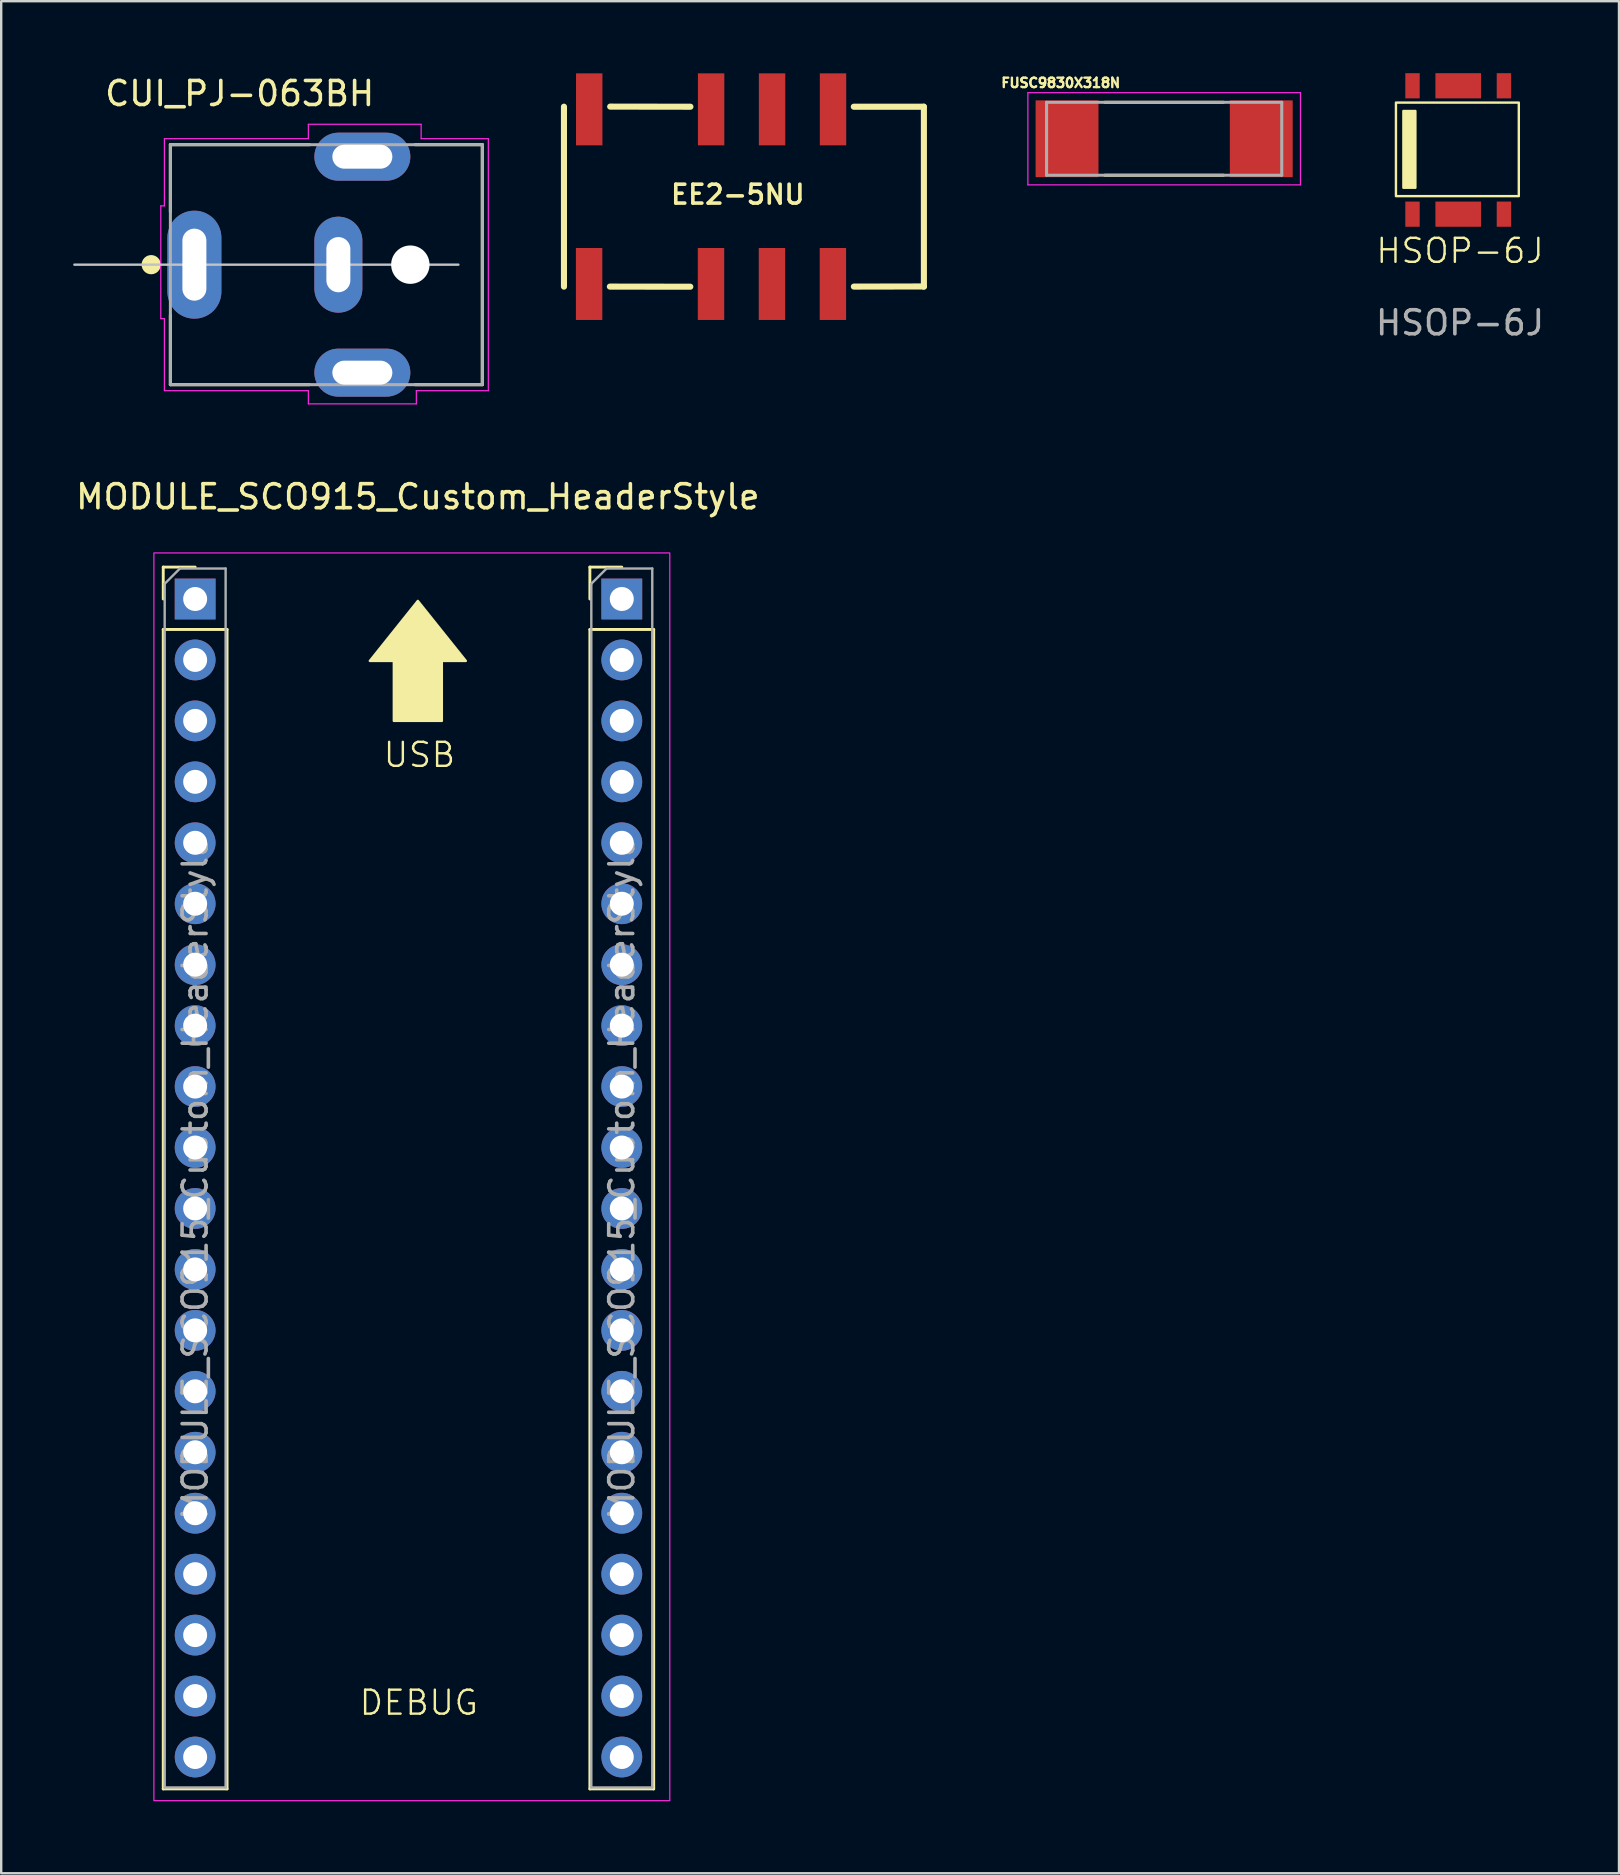
<source format=kicad_pcb>
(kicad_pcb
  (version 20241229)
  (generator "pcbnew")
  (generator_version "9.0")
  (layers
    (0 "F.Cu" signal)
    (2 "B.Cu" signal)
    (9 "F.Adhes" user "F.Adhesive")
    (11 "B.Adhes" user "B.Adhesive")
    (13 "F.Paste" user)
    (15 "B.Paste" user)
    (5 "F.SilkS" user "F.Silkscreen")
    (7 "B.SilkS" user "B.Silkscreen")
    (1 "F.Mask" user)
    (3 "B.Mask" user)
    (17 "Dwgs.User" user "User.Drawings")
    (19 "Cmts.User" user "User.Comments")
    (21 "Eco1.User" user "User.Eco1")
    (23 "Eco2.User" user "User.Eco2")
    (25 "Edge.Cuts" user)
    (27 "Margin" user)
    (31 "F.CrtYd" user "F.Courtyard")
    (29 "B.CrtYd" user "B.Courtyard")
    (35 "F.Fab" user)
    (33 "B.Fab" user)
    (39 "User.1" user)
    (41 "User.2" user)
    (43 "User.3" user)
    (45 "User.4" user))
  (footprint "HSOP-6J"
    (layer "F.Cu")
    (at 57.746 3.225)
    (property "Reference" "HSOP-6J" (at 0.05 4.179 0) (unlocked yes) (layer "F.SilkS") (effects (font (size 1 1) (thickness 0.1))))
    (attr smd)
    (fp_rect (start -2.62 -2) (end 2.5 1.9) (stroke (width 0.1) (type default)) (fill no) (layer "F.SilkS"))
    (fp_rect (start -2.31 -1.65) (end -1.81 1.55) (stroke (width 0.1) (type solid)) (fill yes) (layer "F.SilkS"))
    (fp_text user "${REFERENCE}" (at 0.05 7.179 0) (unlocked yes) (layer "F.Fab") (effects (font (size 1 1) (thickness 0.15))))
    (pad "1" smd rect (at -1.93 2.65) (size 0.6 1.05) (layers "F.Cu" "F.Mask" "F.Paste"))
    (pad "2" smd rect (at -0.025 2.65) (size 1.9 1.05) (layers "F.Cu" "F.Mask" "F.Paste"))
    (pad "3" smd rect (at 1.88 2.65) (size 0.6 1.05) (layers "F.Cu" "F.Mask" "F.Paste"))
    (pad "4" smd rect (at 1.88 -2.7) (size 0.6 1.05) (layers "F.Cu" "F.Mask" "F.Paste"))
    (pad "5" smd rect (at -0.025 -2.7) (size 1.9 1.05) (layers "F.Cu" "F.Mask" "F.Paste"))
    (pad "6" smd rect (at -1.93 -2.7) (size 0.6 1.05) (layers "F.Cu" "F.Mask" "F.Paste")))
  (footprint "FUSC9830X318N"
    (layer "F.Cu")
    (at 45.466 2.733)
    (property "Reference" "FUSC9830X318N" (at -4.31 -2.33 0) (layer "F.SilkS") (effects (font (size 0.394 0.394) (thickness 0.15))))
    (attr smd)
    (fp_line (start -2.47 -1.52) (end 2.47 -1.52) (stroke (width 0.127) (type solid)) (layer "F.SilkS"))
    (fp_line (start -2.47 1.52) (end 2.47 1.52) (stroke (width 0.127) (type solid)) (layer "F.SilkS"))
    (fp_line (start -5.68 -1.92) (end 5.68 -1.92) (stroke (width 0.05) (type solid)) (layer "F.CrtYd"))
    (fp_line (start -5.68 1.92) (end -5.68 -1.92) (stroke (width 0.05) (type solid)) (layer "F.CrtYd"))
    (fp_line (start -5.68 1.92) (end 5.68 1.92) (stroke (width 0.05) (type solid)) (layer "F.CrtYd"))
    (fp_line (start 5.68 1.92) (end 5.68 -1.92) (stroke (width 0.05) (type solid)) (layer "F.CrtYd"))
    (fp_line (start -4.9 1.52) (end -4.9 -1.52) (stroke (width 0.127) (type solid)) (layer "F.Fab"))
    (fp_line (start 4.9 -1.52) (end -4.9 -1.52) (stroke (width 0.127) (type solid)) (layer "F.Fab"))
    (fp_line (start 4.9 1.52) (end -4.9 1.52) (stroke (width 0.127) (type solid)) (layer "F.Fab"))
    (fp_line (start 4.9 1.52) (end 4.9 -1.52) (stroke (width 0.127) (type solid)) (layer "F.Fab"))
    (pad "1" smd rect (at -4.047 0) (size 2.62 3.2) (layers "F.Cu" "F.Mask" "F.Paste"))
    (pad "2" smd rect (at 4.047 0) (size 2.62 3.2) (layers "F.Cu" "F.Mask" "F.Paste")))
  (footprint "MODULE_SCO915_Custom_HeaderStyle"
    (layer "F.Cu")
    (at 4.23 21.054)
    (property "Reference" "MODULE_SCO915_Custom_HeaderStyle" (at 10.133 -3.401 0) (layer "F.SilkS") (effects (font (size 1 1) (thickness 0.15))))
    (attr through_hole)
    (fp_line (start -0.477 -0.471) (end 0.853 -0.471) (stroke (width 0.12) (type solid)) (layer "F.SilkS"))
    (fp_line (start -0.477 0.859) (end -0.477 -0.471) (stroke (width 0.12) (type solid)) (layer "F.SilkS"))
    (fp_line (start -0.477 2.129) (end -0.477 50.449) (stroke (width 0.12) (type solid)) (layer "F.SilkS"))
    (fp_line (start -0.477 2.129) (end 2.183 2.129) (stroke (width 0.12) (type solid)) (layer "F.SilkS"))
    (fp_line (start -0.477 50.449) (end 2.183 50.449) (stroke (width 0.12) (type solid)) (layer "F.SilkS"))
    (fp_line (start 2.183 2.129) (end 2.183 50.449) (stroke (width 0.12) (type solid)) (layer "F.SilkS"))
    (fp_line (start 17.303 -0.471) (end 18.633 -0.471) (stroke (width 0.12) (type solid)) (layer "F.SilkS"))
    (fp_line (start 17.303 0.859) (end 17.303 -0.471) (stroke (width 0.12) (type solid)) (layer "F.SilkS"))
    (fp_line (start 17.303 2.129) (end 17.303 50.449) (stroke (width 0.12) (type solid)) (layer "F.SilkS"))
    (fp_line (start 17.303 2.129) (end 19.963 2.129) (stroke (width 0.12) (type solid)) (layer "F.SilkS"))
    (fp_line (start 17.303 50.449) (end 19.963 50.449) (stroke (width 0.12) (type solid)) (layer "F.SilkS"))
    (fp_line (start 19.963 2.129) (end 19.963 50.449) (stroke (width 0.12) (type solid)) (layer "F.SilkS"))
    (fp_poly (pts (xy 8.133 3.439) (xy 10.133 0.939) (xy 12.133 3.439) (xy 11.133 3.439) (xy 11.133 5.939) (xy 9.133 5.939) (xy 9.133 3.439)) (stroke (width 0.1) (type solid)) (fill yes) (layer "F.SilkS"))
    (fp_rect (start -0.867 -1.061) (end 20.633 50.939) (stroke (width 0.05) (type default)) (fill no) (layer "F.CrtYd"))
    (fp_line (start -0.417 0.224) (end 0.218 -0.411) (stroke (width 0.1) (type solid)) (layer "F.Fab"))
    (fp_line (start -0.417 50.389) (end -0.417 0.224) (stroke (width 0.1) (type solid)) (layer "F.Fab"))
    (fp_line (start 0.218 -0.411) (end 2.123 -0.411) (stroke (width 0.1) (type solid)) (layer "F.Fab"))
    (fp_line (start 2.123 -0.411) (end 2.123 50.389) (stroke (width 0.1) (type solid)) (layer "F.Fab"))
    (fp_line (start 2.123 50.389) (end -0.417 50.389) (stroke (width 0.1) (type solid)) (layer "F.Fab"))
    (fp_line (start 17.363 0.224) (end 17.998 -0.411) (stroke (width 0.1) (type solid)) (layer "F.Fab"))
    (fp_line (start 17.363 50.389) (end 17.363 0.224) (stroke (width 0.1) (type solid)) (layer "F.Fab"))
    (fp_line (start 17.998 -0.411) (end 19.903 -0.411) (stroke (width 0.1) (type solid)) (layer "F.Fab"))
    (fp_line (start 19.903 -0.411) (end 19.903 50.389) (stroke (width 0.1) (type solid)) (layer "F.Fab"))
    (fp_line (start 19.903 50.389) (end 17.363 50.389) (stroke (width 0.1) (type solid)) (layer "F.Fab"))
    (fp_text user "DEBUG" (at 7.633 47.439 0) (unlocked yes) (layer "F.SilkS") (effects (font (size 1 1) (thickness 0.1)) (justify left bottom)))
    (fp_text user "USB" (at 8.633 7.939 0) (unlocked yes) (layer "F.SilkS") (effects (font (size 1 1) (thickness 0.1)) (justify left bottom)))
    (fp_text user "${REFERENCE}" (at 18.633 24.989 90) (layer "F.Fab") (effects (font (size 1 1) (thickness 0.15))))
    (fp_text user "${REFERENCE}" (at 0.853 24.989 90) (layer "F.Fab") (effects (font (size 1 1) (thickness 0.15))))
    (pad "1" thru_hole rect (at 0.853 0.859) (size 1.7 1.7) (drill 1) (layers "*.Cu" "*.Mask"))
    (pad "2" thru_hole oval (at 0.853 3.399) (size 1.7 1.7) (drill 1) (layers "*.Cu" "*.Mask"))
    (pad "3" thru_hole oval (at 0.853 5.939) (size 1.7 1.7) (drill 1) (layers "*.Cu" "*.Mask"))
    (pad "4" thru_hole oval (at 0.853 8.479) (size 1.7 1.7) (drill 1) (layers "*.Cu" "*.Mask"))
    (pad "5" thru_hole oval (at 0.853 11.019) (size 1.7 1.7) (drill 1) (layers "*.Cu" "*.Mask"))
    (pad "6" thru_hole oval (at 0.853 13.559) (size 1.7 1.7) (drill 1) (layers "*.Cu" "*.Mask"))
    (pad "7" thru_hole oval (at 0.853 16.099) (size 1.7 1.7) (drill 1) (layers "*.Cu" "*.Mask"))
    (pad "8" thru_hole oval (at 0.853 18.639) (size 1.7 1.7) (drill 1) (layers "*.Cu" "*.Mask"))
    (pad "9" thru_hole oval (at 0.853 21.179) (size 1.7 1.7) (drill 1) (layers "*.Cu" "*.Mask"))
    (pad "10" thru_hole oval (at 0.853 23.719) (size 1.7 1.7) (drill 1) (layers "*.Cu" "*.Mask"))
    (pad "11" thru_hole oval (at 0.853 26.259) (size 1.7 1.7) (drill 1) (layers "*.Cu" "*.Mask"))
    (pad "12" thru_hole oval (at 0.853 28.799) (size 1.7 1.7) (drill 1) (layers "*.Cu" "*.Mask"))
    (pad "13" thru_hole oval (at 0.853 31.339) (size 1.7 1.7) (drill 1) (layers "*.Cu" "*.Mask"))
    (pad "14" thru_hole oval (at 0.853 33.879) (size 1.7 1.7) (drill 1) (layers "*.Cu" "*.Mask"))
    (pad "15" thru_hole oval (at 0.853 36.419) (size 1.7 1.7) (drill 1) (layers "*.Cu" "*.Mask"))
    (pad "16" thru_hole oval (at 0.853 38.959) (size 1.7 1.7) (drill 1) (layers "*.Cu" "*.Mask"))
    (pad "17" thru_hole oval (at 0.853 41.499) (size 1.7 1.7) (drill 1) (layers "*.Cu" "*.Mask"))
    (pad "18" thru_hole oval (at 0.853 44.039) (size 1.7 1.7) (drill 1) (layers "*.Cu" "*.Mask"))
    (pad "19" thru_hole oval (at 0.853 46.579) (size 1.7 1.7) (drill 1) (layers "*.Cu" "*.Mask"))
    (pad "20" thru_hole oval (at 0.853 49.119) (size 1.7 1.7) (drill 1) (layers "*.Cu" "*.Mask"))
    (pad "21" thru_hole oval (at 18.633 49.119) (size 1.7 1.7) (drill 1) (layers "*.Cu" "*.Mask"))
    (pad "22" thru_hole oval (at 18.633 46.579) (size 1.7 1.7) (drill 1) (layers "*.Cu" "*.Mask"))
    (pad "23" thru_hole oval (at 18.633 44.039) (size 1.7 1.7) (drill 1) (layers "*.Cu" "*.Mask"))
    (pad "24" thru_hole oval (at 18.633 41.499) (size 1.7 1.7) (drill 1) (layers "*.Cu" "*.Mask"))
    (pad "25" thru_hole oval (at 18.633 38.959) (size 1.7 1.7) (drill 1) (layers "*.Cu" "*.Mask"))
    (pad "26" thru_hole oval (at 18.633 36.419) (size 1.7 1.7) (drill 1) (layers "*.Cu" "*.Mask"))
    (pad "27" thru_hole oval (at 18.633 33.879) (size 1.7 1.7) (drill 1) (layers "*.Cu" "*.Mask"))
    (pad "28" thru_hole oval (at 18.633 31.339) (size 1.7 1.7) (drill 1) (layers "*.Cu" "*.Mask"))
    (pad "29" thru_hole oval (at 18.633 28.799) (size 1.7 1.7) (drill 1) (layers "*.Cu" "*.Mask"))
    (pad "30" thru_hole oval (at 18.633 26.259) (size 1.7 1.7) (drill 1) (layers "*.Cu" "*.Mask"))
    (pad "31" thru_hole oval (at 18.633 23.719) (size 1.7 1.7) (drill 1) (layers "*.Cu" "*.Mask"))
    (pad "32" thru_hole oval (at 18.633 21.179) (size 1.7 1.7) (drill 1) (layers "*.Cu" "*.Mask"))
    (pad "33" thru_hole oval (at 18.633 18.639) (size 1.7 1.7) (drill 1) (layers "*.Cu" "*.Mask"))
    (pad "34" thru_hole oval (at 18.633 16.099) (size 1.7 1.7) (drill 1) (layers "*.Cu" "*.Mask"))
    (pad "35" thru_hole oval (at 18.633 13.559) (size 1.7 1.7) (drill 1) (layers "*.Cu" "*.Mask"))
    (pad "36" thru_hole oval (at 18.633 11.019) (size 1.7 1.7) (drill 1) (layers "*.Cu" "*.Mask"))
    (pad "37" thru_hole oval (at 18.633 8.479) (size 1.7 1.7) (drill 1) (layers "*.Cu" "*.Mask"))
    (pad "38" thru_hole oval (at 18.633 5.939) (size 1.7 1.7) (drill 1) (layers "*.Cu" "*.Mask"))
    (pad "39" thru_hole oval (at 18.633 3.399) (size 1.7 1.7) (drill 1) (layers "*.Cu" "*.Mask"))
    (pad "40" thru_hole rect (at 18.633 0.859) (size 1.7 1.7) (drill 1) (layers "*.Cu" "*.Mask")))
  (footprint "CUI_PJ-063BH"
    (layer "F.Cu")
    (at 5.051 7.98)
    (property "Reference" "CUI_PJ-063BH" (at 1.887 -7.132 0) (layer "F.SilkS") (effects (font (size 1.001 1.001) (thickness 0.15))))
    (attr through_hole)
    (fp_line (start -1 -5) (end 4.8 -5) (stroke (width 0.127) (type solid)) (layer "F.SilkS"))
    (fp_line (start -1 -2.2) (end -1 -5) (stroke (width 0.127) (type solid)) (layer "F.SilkS"))
    (fp_line (start -1 5) (end -1 2.1) (stroke (width 0.127) (type solid)) (layer "F.SilkS"))
    (fp_line (start 4.8 5) (end -1 5) (stroke (width 0.127) (type solid)) (layer "F.SilkS"))
    (fp_line (start 9.2 -5) (end 12 -5) (stroke (width 0.127) (type solid)) (layer "F.SilkS"))
    (fp_line (start 12 -5) (end 12 5) (stroke (width 0.127) (type solid)) (layer "F.SilkS"))
    (fp_line (start 12 5) (end 9.2 5) (stroke (width 0.127) (type solid)) (layer "F.SilkS"))
    (fp_circle (center -1.8 0) (end -1.6 0) (stroke (width 0.4) (type solid)) (fill no) (layer "F.SilkS"))
    (fp_line (start -5 0) (end 11 0) (stroke (width 0.102) (type solid)) (layer "Dwgs.User"))
    (fp_line (start -1.4 -2.45) (end -1.25 -2.45) (stroke (width 0.05) (type solid)) (layer "F.CrtYd"))
    (fp_line (start -1.4 2.25) (end -1.4 -2.45) (stroke (width 0.05) (type solid)) (layer "F.CrtYd"))
    (fp_line (start -1.25 -5.25) (end 4.75 -5.25) (stroke (width 0.05) (type solid)) (layer "F.CrtYd"))
    (fp_line (start -1.25 -2.45) (end -1.25 -5.25) (stroke (width 0.05) (type solid)) (layer "F.CrtYd"))
    (fp_line (start -1.25 2.25) (end -1.4 2.25) (stroke (width 0.05) (type solid)) (layer "F.CrtYd"))
    (fp_line (start -1.25 5.25) (end -1.25 2.25) (stroke (width 0.05) (type solid)) (layer "F.CrtYd"))
    (fp_line (start 4.75 -5.85) (end 9.45 -5.85) (stroke (width 0.05) (type solid)) (layer "F.CrtYd"))
    (fp_line (start 4.75 -5.25) (end 4.75 -5.85) (stroke (width 0.05) (type solid)) (layer "F.CrtYd"))
    (fp_line (start 4.75 5.25) (end -1.25 5.25) (stroke (width 0.05) (type solid)) (layer "F.CrtYd"))
    (fp_line (start 4.75 5.8) (end 4.75 5.25) (stroke (width 0.05) (type solid)) (layer "F.CrtYd"))
    (fp_line (start 9.25 5.25) (end 9.25 5.8) (stroke (width 0.05) (type solid)) (layer "F.CrtYd"))
    (fp_line (start 9.25 5.8) (end 4.75 5.8) (stroke (width 0.05) (type solid)) (layer "F.CrtYd"))
    (fp_line (start 9.45 -5.85) (end 9.45 -5.25) (stroke (width 0.05) (type solid)) (layer "F.CrtYd"))
    (fp_line (start 9.45 -5.25) (end 12.25 -5.25) (stroke (width 0.05) (type solid)) (layer "F.CrtYd"))
    (fp_line (start 12.25 -5.25) (end 12.25 5.25) (stroke (width 0.05) (type solid)) (layer "F.CrtYd"))
    (fp_line (start 12.25 5.25) (end 9.25 5.25) (stroke (width 0.05) (type solid)) (layer "F.CrtYd"))
    (fp_line (start -1 -5) (end 12 -5) (stroke (width 0.127) (type solid)) (layer "F.Fab"))
    (fp_line (start -1 5) (end -1 -5) (stroke (width 0.127) (type solid)) (layer "F.Fab"))
    (fp_line (start 12 -5) (end 12 5) (stroke (width 0.127) (type solid)) (layer "F.Fab"))
    (fp_line (start 12 5) (end -1 5) (stroke (width 0.127) (type solid)) (layer "F.Fab"))
    (pad "" np_thru_hole circle (at 9 0) (size 1.6 1.6) (drill 1.6) (layers "*.Cu" "*.Mask"))
    (pad "1" thru_hole oval (at 0 0) (size 2.25 4.5) (drill oval 1 3) (layers "*.Cu" "*.Mask"))
    (pad "2" thru_hole oval (at 6 0) (size 2 4) (drill oval 1 2.3) (layers "*.Cu" "*.Mask"))
    (pad "S1" thru_hole oval (at 7 -4.5) (size 4 2) (drill oval 2.5 1) (layers "*.Cu" "*.Mask"))
    (pad "S2" thru_hole oval (at 7 4.5) (size 4 2) (drill oval 2.5 1) (layers "*.Cu" "*.Mask")))
  (footprint "EE2-5NU"
    (layer "F.Cu")
    (at 27.699 5.057)
    (property "Reference" "EE2-5NU" (at 0 0 0) (layer "F.SilkS") (effects (font (size 0.787 0.787) (thickness 0.15))))
    (attr smd)
    (fp_line (start -7.246 -3.661) (end -7.246 3.839) (stroke (width 0.254) (type solid)) (layer "F.SilkS"))
    (fp_line (start -5.333 3.837) (end -1.981 3.842) (stroke (width 0.254) (type solid)) (layer "F.SilkS"))
    (fp_line (start -5.32 -3.664) (end -1.976 -3.659) (stroke (width 0.254) (type solid)) (layer "F.SilkS"))
    (fp_line (start 7.749 -3.659) (end 4.833 -3.659) (stroke (width 0.254) (type solid)) (layer "F.SilkS"))
    (fp_line (start 7.754 3.839) (end 7.754 -3.661) (stroke (width 0.254) (type solid)) (layer "F.SilkS"))
    (fp_line (start 7.756 3.831) (end 4.836 3.837) (stroke (width 0.254) (type solid)) (layer "F.SilkS"))
    (fp_line (start -6.751 -5.056) (end -6.751 -2.056) (stroke (width 0.001) (type solid)) (layer "F.Fab"))
    (fp_line (start -6.751 -2.056) (end -5.641 -2.056) (stroke (width 0.001) (type solid)) (layer "F.Fab"))
    (fp_line (start -6.751 2.234) (end -6.751 5.234) (stroke (width 0.001) (type solid)) (layer "F.Fab"))
    (fp_line (start -6.751 5.234) (end -5.641 5.234) (stroke (width 0.001) (type solid)) (layer "F.Fab"))
    (fp_line (start -5.641 -5.056) (end -6.751 -5.056) (stroke (width 0.001) (type solid)) (layer "F.Fab"))
    (fp_line (start -5.641 -2.056) (end -5.641 -5.056) (stroke (width 0.001) (type solid)) (layer "F.Fab"))
    (fp_line (start -5.641 2.234) (end -6.751 2.234) (stroke (width 0.001) (type solid)) (layer "F.Fab"))
    (fp_line (start -5.641 5.234) (end -5.641 2.234) (stroke (width 0.001) (type solid)) (layer "F.Fab"))
    (pad "+" smd rect (at -6.198 3.728) (size 1.1 3) (layers "F.Cu" "F.Mask" "F.Paste"))
    (pad "-" smd rect (at -6.193 -3.55) (size 1.1 3) (layers "F.Cu" "F.Mask" "F.Paste"))
    (pad "C1" smd rect (at 1.422 3.728) (size 1.1 3) (layers "F.Cu" "F.Mask" "F.Paste"))
    (pad "C2" smd rect (at 1.427 -3.55) (size 1.1 3) (layers "F.Cu" "F.Mask" "F.Paste"))
    (pad "NC1" smd rect (at -1.118 3.728) (size 1.1 3) (layers "F.Cu" "F.Mask" "F.Paste"))
    (pad "NC2" smd rect (at -1.113 -3.55) (size 1.1 3) (layers "F.Cu" "F.Mask" "F.Paste"))
    (pad "NO1" smd rect (at 3.962 3.728) (size 1.1 3) (layers "F.Cu" "F.Mask" "F.Paste"))
    (pad "NO2" smd rect (at 3.967 -3.55) (size 1.1 3) (layers "F.Cu" "F.Mask" "F.Paste")))
  (gr_rect
    (start -3 -3)
    (end 64.421 75.019)
    (stroke (width 0.1) (type default))
    (fill no)
    (layer "Edge.Cuts")))
</source>
